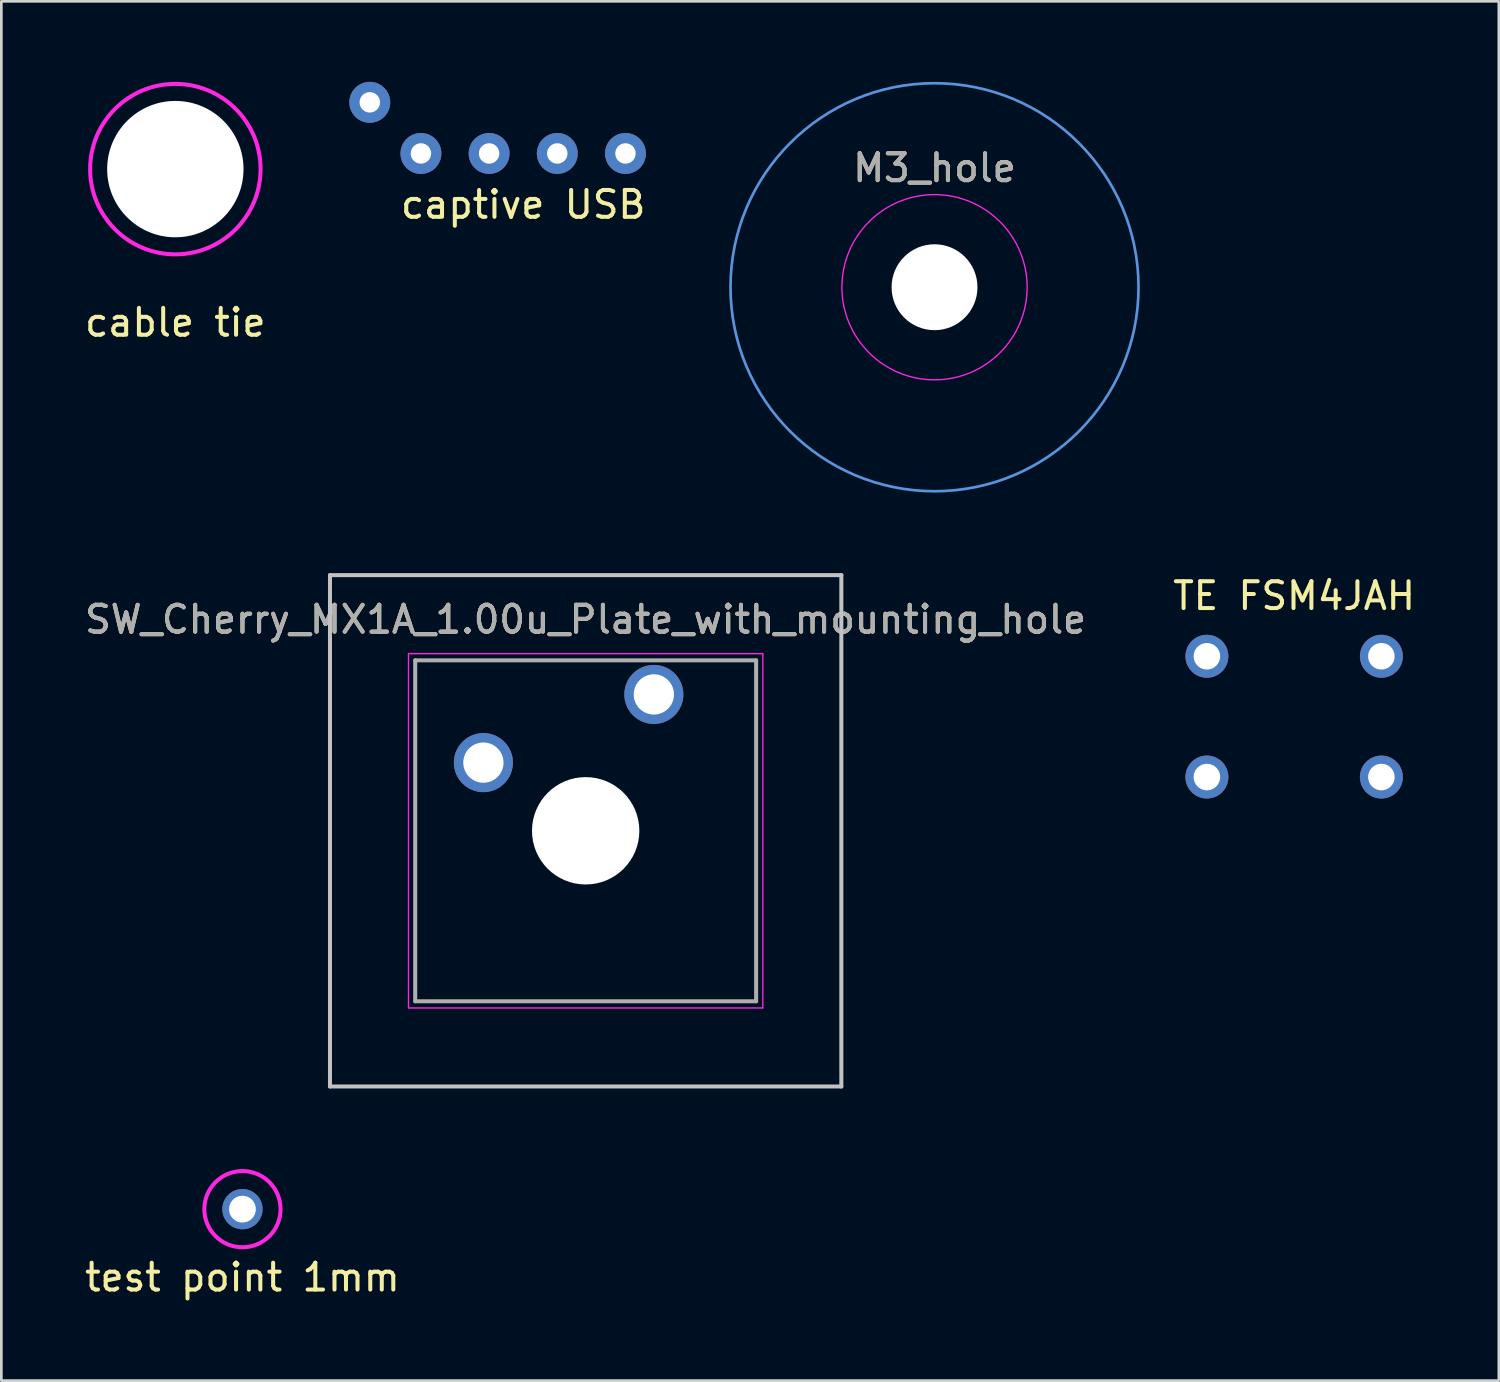
<source format=kicad_pcb>
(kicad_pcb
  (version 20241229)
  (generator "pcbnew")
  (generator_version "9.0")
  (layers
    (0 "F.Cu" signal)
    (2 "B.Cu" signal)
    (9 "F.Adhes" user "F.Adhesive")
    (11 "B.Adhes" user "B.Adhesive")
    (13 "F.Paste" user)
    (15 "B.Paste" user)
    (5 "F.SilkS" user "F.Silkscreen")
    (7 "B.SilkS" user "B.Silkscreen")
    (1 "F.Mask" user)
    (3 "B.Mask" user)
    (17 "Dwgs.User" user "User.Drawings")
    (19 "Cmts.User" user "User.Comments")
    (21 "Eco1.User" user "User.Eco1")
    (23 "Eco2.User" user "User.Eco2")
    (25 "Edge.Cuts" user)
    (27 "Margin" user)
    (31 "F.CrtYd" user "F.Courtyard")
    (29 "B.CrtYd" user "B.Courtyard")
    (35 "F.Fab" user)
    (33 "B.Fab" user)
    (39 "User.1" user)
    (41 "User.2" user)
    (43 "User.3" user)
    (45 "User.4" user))
  (footprint "TE FSM4JAH"
    (layer "F.Cu")
    (at 45.161 25.898)
    (property "Reference" "TE FSM4JAH" (at 0 -6.75 0) (layer "F.SilkS") (effects (font (size 1 1) (thickness 0.15))))
    (attr through_hole)
    (pad "1" thru_hole circle (at -3.25 -4.5) (size 1.6 1.6) (drill 0.99) (layers "*.Cu" "*.Mask"))
    (pad "1" thru_hole circle (at 3.25 -4.5) (size 1.6 1.6) (drill 0.99) (layers "*.Cu" "*.Mask"))
    (pad "2" thru_hole circle (at -3.25 0) (size 1.6 1.6) (drill 0.99) (layers "*.Cu" "*.Mask"))
    (pad "2" thru_hole circle (at 3.25 0) (size 1.6 1.6) (drill 0.99) (layers "*.Cu" "*.Mask")))
  (footprint "cable tie"
    (layer "F.Cu")
    (at 3.482 3.25)
    (property "Reference" "cable tie" (at 0 5.715 0) (layer "F.SilkS") (effects (font (size 1 1) (thickness 0.15))))
    (attr through_hole)
    (fp_circle (center 0 0) (end 3.175 0) (stroke (width 0.15) (type solid)) (fill no) (layer "F.CrtYd"))
    (pad "" np_thru_hole circle (at 0 0) (size 5.08 5.08) (drill 5.08) (layers "*.Cu" "*.Mask")))
  (footprint "M3_hole"
    (layer "F.Cu")
    (at 31.764 7.65)
    (property "Reference" "M3_hole" (at 0 -4.445 0) (layer "F.SilkS") (effects (font (size 1 1) (thickness 0.15))))
    (attr exclude_from_pos_files exclude_from_bom)
    (fp_circle (center 0 0) (end 7.6 0) (stroke (width 0.1) (type solid)) (fill no) (layer "Cmts.User"))
    (fp_circle (center 0 0) (end 1.727 0) (stroke (width 0.051) (type solid)) (fill no) (layer "Eco1.User"))
    (fp_circle (center 0 0) (end 3.45 0) (stroke (width 0.05) (type solid)) (fill no) (layer "F.CrtYd"))
    (fp_text user "${REFERENCE}" (at 0 -4.445 0) (layer "F.Fab") (effects (font (size 1 1) (thickness 0.15))))
    (pad "" np_thru_hole circle (at 0 0) (size 3.2 3.2) (drill 3.2) (layers "*.Cu" "*.Mask")))
  (footprint "SW_Cherry_MX1A_1.00u_Plate_with_mounting_hole"
    (layer "F.Cu")
    (at 18.768 27.9)
    (property "Reference" "SW_Cherry_MX1A_1.00u_Plate_with_mounting_hole" (at 0 -7.874 0) (layer "F.SilkS") (effects (font (size 1 1) (thickness 0.15))))
    (attr through_hole)
    (fp_line (start -9.525 -9.525) (end 9.525 -9.525) (stroke (width 0.15) (type solid)) (layer "Dwgs.User"))
    (fp_line (start -9.525 9.525) (end -9.525 -9.525) (stroke (width 0.15) (type solid)) (layer "Dwgs.User"))
    (fp_line (start 9.525 -9.525) (end 9.525 9.525) (stroke (width 0.15) (type solid)) (layer "Dwgs.User"))
    (fp_line (start 9.525 9.525) (end -9.525 9.525) (stroke (width 0.15) (type solid)) (layer "Dwgs.User"))
    (fp_line (start -6.871 6.718) (end -6.871 -6.718) (stroke (width 0.051) (type solid)) (layer "Eco1.User"))
    (fp_line (start -6.718 -6.871) (end 6.718 -6.871) (stroke (width 0.051) (type solid)) (layer "Eco1.User"))
    (fp_line (start 6.718 6.871) (end -6.718 6.871) (stroke (width 0.051) (type solid)) (layer "Eco1.User"))
    (fp_line (start 6.871 -6.718) (end 6.871 6.718) (stroke (width 0.051) (type solid)) (layer "Eco1.User"))
    (fp_arc (start -6.8707 -6.7183) (mid -6.826063 -6.826063) (end -6.7183 -6.8707) (stroke (width 0.0508) (type solid)) (layer "Eco1.User"))
    (fp_arc (start -6.7183 6.8707) (mid -6.826063 6.826063) (end -6.8707 6.7183) (stroke (width 0.0508) (type solid)) (layer "Eco1.User"))
    (fp_arc (start 6.7183 -6.8707) (mid 6.826063 -6.826063) (end 6.8707 -6.7183) (stroke (width 0.0508) (type solid)) (layer "Eco1.User"))
    (fp_arc (start 6.8707 6.7183) (mid 6.826063 6.826063) (end 6.7183 6.8707) (stroke (width 0.0508) (type solid)) (layer "Eco1.User"))
    (fp_line (start -6.6 -6.6) (end 6.6 -6.6) (stroke (width 0.05) (type solid)) (layer "F.CrtYd"))
    (fp_line (start -6.6 6.6) (end -6.6 -6.6) (stroke (width 0.05) (type solid)) (layer "F.CrtYd"))
    (fp_line (start 6.6 -6.6) (end 6.6 6.6) (stroke (width 0.05) (type solid)) (layer "F.CrtYd"))
    (fp_line (start 6.6 6.6) (end -6.6 6.6) (stroke (width 0.05) (type solid)) (layer "F.CrtYd"))
    (fp_line (start -6.35 -6.35) (end 6.35 -6.35) (stroke (width 0.15) (type solid)) (layer "F.Fab"))
    (fp_line (start -6.35 6.35) (end -6.35 -6.35) (stroke (width 0.15) (type solid)) (layer "F.Fab"))
    (fp_line (start 6.35 -6.35) (end 6.35 6.35) (stroke (width 0.15) (type solid)) (layer "F.Fab"))
    (fp_line (start 6.35 6.35) (end -6.35 6.35) (stroke (width 0.15) (type solid)) (layer "F.Fab"))
    (fp_text user "${REFERENCE}" (at 0 -7.874 0) (layer "F.Fab") (effects (font (size 1 1) (thickness 0.15))))
    (pad "" np_thru_hole circle (at 0 0) (size 4 4) (drill 4) (layers "*.Cu" "*.Mask"))
    (pad "1" thru_hole circle (at 2.54 -5.08) (size 2.2 2.2) (drill 1.5) (layers "*.Cu" "*.Mask"))
    (pad "2" thru_hole circle (at -3.81 -2.54) (size 2.2 2.2) (drill 1.5) (layers "*.Cu" "*.Mask")))
  (footprint "captive USB"
    (layer "F.Cu")
    (at 16.441 2.667)
    (property "Reference" "captive USB" (at 0 1.905 0) (layer "F.SilkS") (effects (font (size 1 1) (thickness 0.15))))
    (attr through_hole)
    (pad "1" thru_hole circle (at -1.27 0) (size 1.524 1.524) (drill 0.762) (layers "*.Cu" "*.Mask"))
    (pad "2" thru_hole circle (at 3.81 0) (size 1.524 1.524) (drill 0.762) (layers "*.Cu" "*.Mask"))
    (pad "3" thru_hole circle (at 1.27 0) (size 1.524 1.524) (drill 0.762) (layers "*.Cu" "*.Mask"))
    (pad "4" thru_hole circle (at -3.81 0) (size 1.524 1.524) (drill 0.762) (layers "*.Cu" "*.Mask"))
    (pad "5" thru_hole circle (at -5.715 -1.905) (size 1.524 1.524) (drill 0.762) (layers "*.Cu" "*.Mask")))
  (footprint "test point 1mm"
    (layer "F.Cu")
    (at 5.982 41.995)
    (property "Reference" "test point 1mm" (at 0 2.54 0) (layer "F.SilkS") (effects (font (size 1 1) (thickness 0.15))))
    (attr through_hole)
    (fp_circle (center 0 0) (end 0.635 1.27) (stroke (width 0.15) (type solid)) (fill no) (layer "F.CrtYd"))
    (pad "1" thru_hole circle (at 0 0) (size 1.5 1.5) (drill 1) (layers "*.Cu" "*.Mask")))
  (gr_rect
    (start -3 -3)
    (end 52.786 48.383)
    (stroke (width 0.1) (type default))
    (fill no)
    (layer "Edge.Cuts")))
</source>
